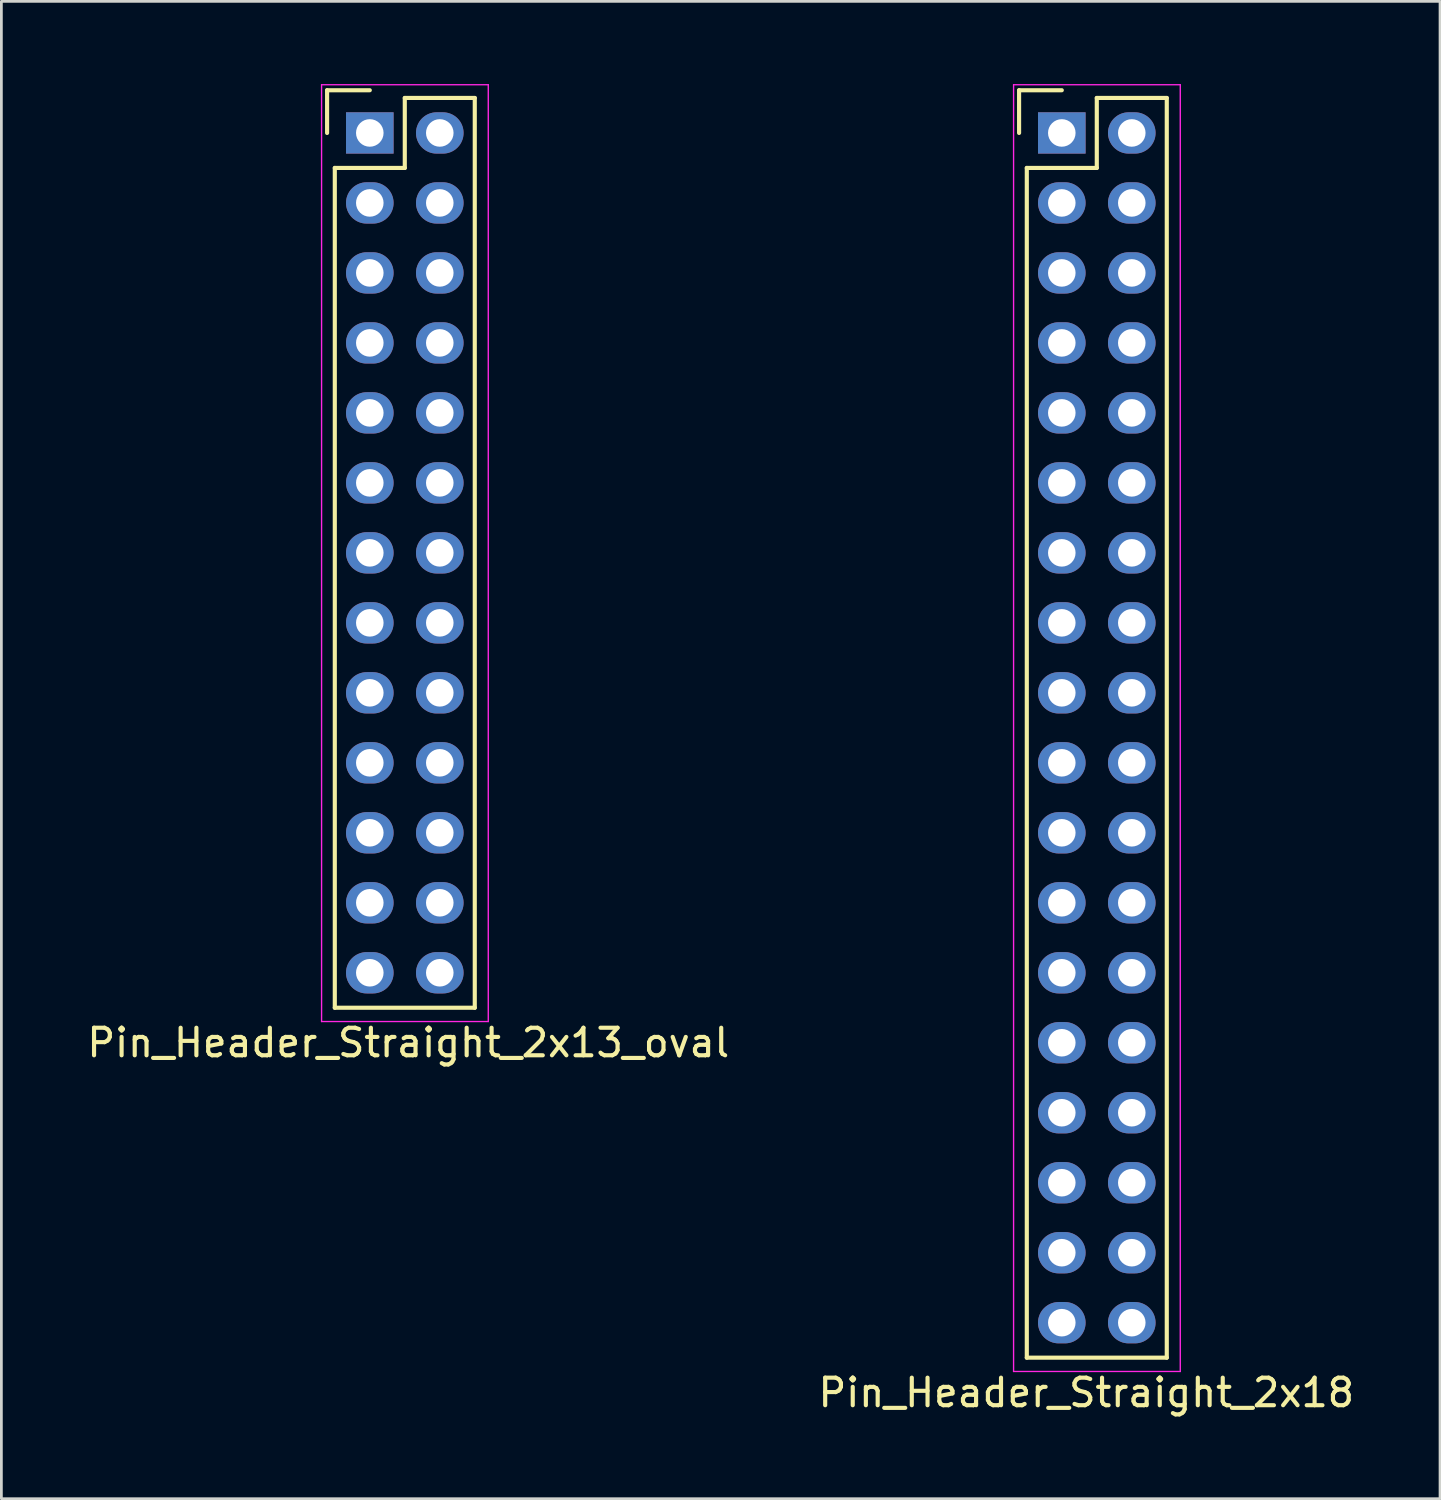
<source format=kicad_pcb>
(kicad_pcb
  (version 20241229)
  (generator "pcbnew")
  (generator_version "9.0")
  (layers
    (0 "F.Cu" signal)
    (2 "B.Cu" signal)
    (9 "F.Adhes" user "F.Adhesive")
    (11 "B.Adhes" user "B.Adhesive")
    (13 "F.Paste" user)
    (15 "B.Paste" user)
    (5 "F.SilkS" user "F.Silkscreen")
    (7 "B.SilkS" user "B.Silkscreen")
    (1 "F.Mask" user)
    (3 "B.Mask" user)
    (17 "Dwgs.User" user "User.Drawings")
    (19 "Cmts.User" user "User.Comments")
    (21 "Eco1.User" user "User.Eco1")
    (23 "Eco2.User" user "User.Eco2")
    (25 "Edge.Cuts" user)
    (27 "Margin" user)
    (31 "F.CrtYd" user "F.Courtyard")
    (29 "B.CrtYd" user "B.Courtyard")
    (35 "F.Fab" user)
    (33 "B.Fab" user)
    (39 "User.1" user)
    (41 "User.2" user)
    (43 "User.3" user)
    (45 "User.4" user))
  (footprint "Pin_Header_Straight_2x13_oval"
    (layer "F.Cu")
    (at 10.371 1.775)
    (property "Reference" "Pin_Header_Straight_2x13_oval" (at 1.397 33.02 180) (layer "F.SilkS") (effects (font (size 1 1) (thickness 0.15))))
    (attr through_hole)
    (fp_line (start -1.55 -1.55) (end -1.55 0) (stroke (width 0.15) (type solid)) (layer "F.SilkS"))
    (fp_line (start -1.27 1.27) (end -1.27 31.75) (stroke (width 0.15) (type solid)) (layer "F.SilkS"))
    (fp_line (start 0 -1.55) (end -1.55 -1.55) (stroke (width 0.15) (type solid)) (layer "F.SilkS"))
    (fp_line (start 1.27 -1.27) (end 1.27 1.27) (stroke (width 0.15) (type solid)) (layer "F.SilkS"))
    (fp_line (start 1.27 1.27) (end -1.27 1.27) (stroke (width 0.15) (type solid)) (layer "F.SilkS"))
    (fp_line (start 3.81 -1.27) (end 1.27 -1.27) (stroke (width 0.15) (type solid)) (layer "F.SilkS"))
    (fp_line (start 3.81 -1.27) (end 3.81 31.75) (stroke (width 0.15) (type solid)) (layer "F.SilkS"))
    (fp_line (start 3.81 31.75) (end -1.27 31.75) (stroke (width 0.15) (type solid)) (layer "F.SilkS"))
    (fp_line (start -1.75 -1.75) (end -1.75 32.25) (stroke (width 0.05) (type solid)) (layer "F.CrtYd"))
    (fp_line (start -1.75 -1.75) (end 4.3 -1.75) (stroke (width 0.05) (type solid)) (layer "F.CrtYd"))
    (fp_line (start -1.75 32.25) (end 4.3 32.25) (stroke (width 0.05) (type solid)) (layer "F.CrtYd"))
    (fp_line (start 4.3 -1.75) (end 4.3 32.25) (stroke (width 0.05) (type solid)) (layer "F.CrtYd"))
    (pad "1" thru_hole rect (at 0 0) (size 1.727 1.5) (drill 1) (layers "*.Cu" "*.Mask"))
    (pad "2" thru_hole oval (at 2.54 0) (size 1.727 1.5) (drill 1) (layers "*.Cu" "*.Mask"))
    (pad "3" thru_hole oval (at 0 2.54) (size 1.727 1.5) (drill 1) (layers "*.Cu" "*.Mask"))
    (pad "4" thru_hole oval (at 2.54 2.54) (size 1.727 1.5) (drill 1) (layers "*.Cu" "*.Mask"))
    (pad "5" thru_hole oval (at 0 5.08) (size 1.727 1.5) (drill 1) (layers "*.Cu" "*.Mask"))
    (pad "6" thru_hole oval (at 2.54 5.08) (size 1.727 1.5) (drill 1) (layers "*.Cu" "*.Mask"))
    (pad "7" thru_hole oval (at 0 7.62) (size 1.727 1.5) (drill 1) (layers "*.Cu" "*.Mask"))
    (pad "8" thru_hole oval (at 2.54 7.62) (size 1.727 1.5) (drill 1) (layers "*.Cu" "*.Mask"))
    (pad "9" thru_hole oval (at 0 10.16) (size 1.727 1.5) (drill 1) (layers "*.Cu" "*.Mask"))
    (pad "10" thru_hole oval (at 2.54 10.16) (size 1.727 1.5) (drill 1) (layers "*.Cu" "*.Mask"))
    (pad "11" thru_hole oval (at 0 12.7) (size 1.727 1.5) (drill 1) (layers "*.Cu" "*.Mask"))
    (pad "12" thru_hole oval (at 2.54 12.7) (size 1.727 1.5) (drill 1) (layers "*.Cu" "*.Mask"))
    (pad "13" thru_hole oval (at 0 15.24) (size 1.727 1.5) (drill 1) (layers "*.Cu" "*.Mask"))
    (pad "14" thru_hole oval (at 2.54 15.24) (size 1.727 1.5) (drill 1) (layers "*.Cu" "*.Mask"))
    (pad "15" thru_hole oval (at 0 17.78) (size 1.727 1.5) (drill 1) (layers "*.Cu" "*.Mask"))
    (pad "16" thru_hole oval (at 2.54 17.78) (size 1.727 1.5) (drill 1) (layers "*.Cu" "*.Mask"))
    (pad "17" thru_hole oval (at 0 20.32) (size 1.727 1.5) (drill 1) (layers "*.Cu" "*.Mask"))
    (pad "18" thru_hole oval (at 2.54 20.32) (size 1.727 1.5) (drill 1) (layers "*.Cu" "*.Mask"))
    (pad "19" thru_hole oval (at 0 22.86) (size 1.727 1.5) (drill 1) (layers "*.Cu" "*.Mask"))
    (pad "20" thru_hole oval (at 2.54 22.86) (size 1.727 1.5) (drill 1) (layers "*.Cu" "*.Mask"))
    (pad "21" thru_hole oval (at 0 25.4) (size 1.727 1.5) (drill 1) (layers "*.Cu" "*.Mask"))
    (pad "22" thru_hole oval (at 2.54 25.4) (size 1.727 1.5) (drill 1) (layers "*.Cu" "*.Mask"))
    (pad "23" thru_hole oval (at 0 27.94) (size 1.727 1.5) (drill 1) (layers "*.Cu" "*.Mask"))
    (pad "24" thru_hole oval (at 2.54 27.94) (size 1.727 1.5) (drill 1) (layers "*.Cu" "*.Mask"))
    (pad "25" thru_hole oval (at 0 30.48) (size 1.727 1.5) (drill 1) (layers "*.Cu" "*.Mask"))
    (pad "26" thru_hole oval (at 2.54 30.48) (size 1.727 1.5) (drill 1) (layers "*.Cu" "*.Mask")))
  (footprint "Pin_Header_Straight_2x18"
    (layer "F.Cu")
    (at 35.486 1.775)
    (property "Reference" "Pin_Header_Straight_2x18" (at 0.889 45.72 0) (layer "F.SilkS") (effects (font (size 1 1) (thickness 0.15))))
    (attr through_hole)
    (fp_line (start -1.55 -1.55) (end -1.55 0) (stroke (width 0.15) (type solid)) (layer "F.SilkS"))
    (fp_line (start -1.27 44.45) (end -1.27 1.27) (stroke (width 0.15) (type solid)) (layer "F.SilkS"))
    (fp_line (start 0 -1.55) (end -1.55 -1.55) (stroke (width 0.15) (type solid)) (layer "F.SilkS"))
    (fp_line (start 1.27 -1.27) (end 1.27 1.27) (stroke (width 0.15) (type solid)) (layer "F.SilkS"))
    (fp_line (start 1.27 1.27) (end -1.27 1.27) (stroke (width 0.15) (type solid)) (layer "F.SilkS"))
    (fp_line (start 3.81 -1.27) (end 1.27 -1.27) (stroke (width 0.15) (type solid)) (layer "F.SilkS"))
    (fp_line (start 3.81 -1.27) (end 3.81 44.45) (stroke (width 0.15) (type solid)) (layer "F.SilkS"))
    (fp_line (start 3.81 44.45) (end -1.27 44.45) (stroke (width 0.15) (type solid)) (layer "F.SilkS"))
    (fp_line (start -1.75 -1.75) (end -1.75 44.95) (stroke (width 0.05) (type solid)) (layer "F.CrtYd"))
    (fp_line (start -1.75 -1.75) (end 4.3 -1.75) (stroke (width 0.05) (type solid)) (layer "F.CrtYd"))
    (fp_line (start -1.75 44.95) (end 4.3 44.95) (stroke (width 0.05) (type solid)) (layer "F.CrtYd"))
    (fp_line (start 4.3 -1.75) (end 4.3 44.95) (stroke (width 0.05) (type solid)) (layer "F.CrtYd"))
    (pad "1" thru_hole rect (at 0 0) (size 1.727 1.5) (drill 1) (layers "*.Cu" "*.Mask"))
    (pad "2" thru_hole oval (at 2.54 0) (size 1.727 1.5) (drill 1) (layers "*.Cu" "*.Mask"))
    (pad "3" thru_hole oval (at 0 2.54) (size 1.727 1.5) (drill 1) (layers "*.Cu" "*.Mask"))
    (pad "4" thru_hole oval (at 2.54 2.54) (size 1.727 1.5) (drill 1) (layers "*.Cu" "*.Mask"))
    (pad "5" thru_hole oval (at 0 5.08) (size 1.727 1.5) (drill 1) (layers "*.Cu" "*.Mask"))
    (pad "6" thru_hole oval (at 2.54 5.08) (size 1.727 1.5) (drill 1) (layers "*.Cu" "*.Mask"))
    (pad "7" thru_hole oval (at 0 7.62) (size 1.727 1.5) (drill 1) (layers "*.Cu" "*.Mask"))
    (pad "8" thru_hole oval (at 2.54 7.62) (size 1.727 1.5) (drill 1) (layers "*.Cu" "*.Mask"))
    (pad "9" thru_hole oval (at 0 10.16) (size 1.727 1.5) (drill 1) (layers "*.Cu" "*.Mask"))
    (pad "10" thru_hole oval (at 2.54 10.16) (size 1.727 1.5) (drill 1) (layers "*.Cu" "*.Mask"))
    (pad "11" thru_hole oval (at 0 12.7) (size 1.727 1.5) (drill 1) (layers "*.Cu" "*.Mask"))
    (pad "12" thru_hole oval (at 2.54 12.7) (size 1.727 1.5) (drill 1) (layers "*.Cu" "*.Mask"))
    (pad "13" thru_hole oval (at 0 15.24) (size 1.727 1.5) (drill 1) (layers "*.Cu" "*.Mask"))
    (pad "14" thru_hole oval (at 2.54 15.24) (size 1.727 1.5) (drill 1) (layers "*.Cu" "*.Mask"))
    (pad "15" thru_hole oval (at 0 17.78) (size 1.727 1.5) (drill 1) (layers "*.Cu" "*.Mask"))
    (pad "16" thru_hole oval (at 2.54 17.78) (size 1.727 1.5) (drill 1) (layers "*.Cu" "*.Mask"))
    (pad "17" thru_hole oval (at 0 20.32) (size 1.727 1.5) (drill 1) (layers "*.Cu" "*.Mask"))
    (pad "18" thru_hole oval (at 2.54 20.32) (size 1.727 1.5) (drill 1) (layers "*.Cu" "*.Mask"))
    (pad "19" thru_hole oval (at 0 22.86) (size 1.727 1.5) (drill 1) (layers "*.Cu" "*.Mask"))
    (pad "20" thru_hole oval (at 2.54 22.86) (size 1.727 1.5) (drill 1) (layers "*.Cu" "*.Mask"))
    (pad "21" thru_hole oval (at 0 25.4) (size 1.727 1.5) (drill 1) (layers "*.Cu" "*.Mask"))
    (pad "22" thru_hole oval (at 2.54 25.4) (size 1.727 1.5) (drill 1) (layers "*.Cu" "*.Mask"))
    (pad "23" thru_hole oval (at 0 27.94) (size 1.727 1.5) (drill 1) (layers "*.Cu" "*.Mask"))
    (pad "24" thru_hole oval (at 2.54 27.94) (size 1.727 1.5) (drill 1) (layers "*.Cu" "*.Mask"))
    (pad "25" thru_hole oval (at 0 30.48) (size 1.727 1.5) (drill 1) (layers "*.Cu" "*.Mask"))
    (pad "26" thru_hole oval (at 2.54 30.48) (size 1.727 1.5) (drill 1) (layers "*.Cu" "*.Mask"))
    (pad "27" thru_hole oval (at 0 33.02) (size 1.727 1.5) (drill 1) (layers "*.Cu" "*.Mask"))
    (pad "28" thru_hole oval (at 2.54 33.02) (size 1.727 1.5) (drill 1) (layers "*.Cu" "*.Mask"))
    (pad "29" thru_hole oval (at 0 35.56) (size 1.727 1.5) (drill 1) (layers "*.Cu" "*.Mask"))
    (pad "30" thru_hole oval (at 2.54 35.56) (size 1.727 1.5) (drill 1) (layers "*.Cu" "*.Mask"))
    (pad "31" thru_hole oval (at 0 38.1) (size 1.727 1.5) (drill 1) (layers "*.Cu" "*.Mask"))
    (pad "32" thru_hole oval (at 2.54 38.1) (size 1.727 1.5) (drill 1) (layers "*.Cu" "*.Mask"))
    (pad "33" thru_hole oval (at 0 40.64) (size 1.727 1.5) (drill 1) (layers "*.Cu" "*.Mask"))
    (pad "34" thru_hole oval (at 2.54 40.64) (size 1.727 1.5) (drill 1) (layers "*.Cu" "*.Mask"))
    (pad "35" thru_hole oval (at 0 43.18) (size 1.727 1.5) (drill 1) (layers "*.Cu" "*.Mask"))
    (pad "36" thru_hole oval (at 2.54 43.18) (size 1.727 1.5) (drill 1) (layers "*.Cu" "*.Mask")))
  (gr_rect
    (start -3 -3)
    (end 49.214 51.343)
    (stroke (width 0.1) (type default))
    (fill no)
    (layer "Edge.Cuts")))
</source>
